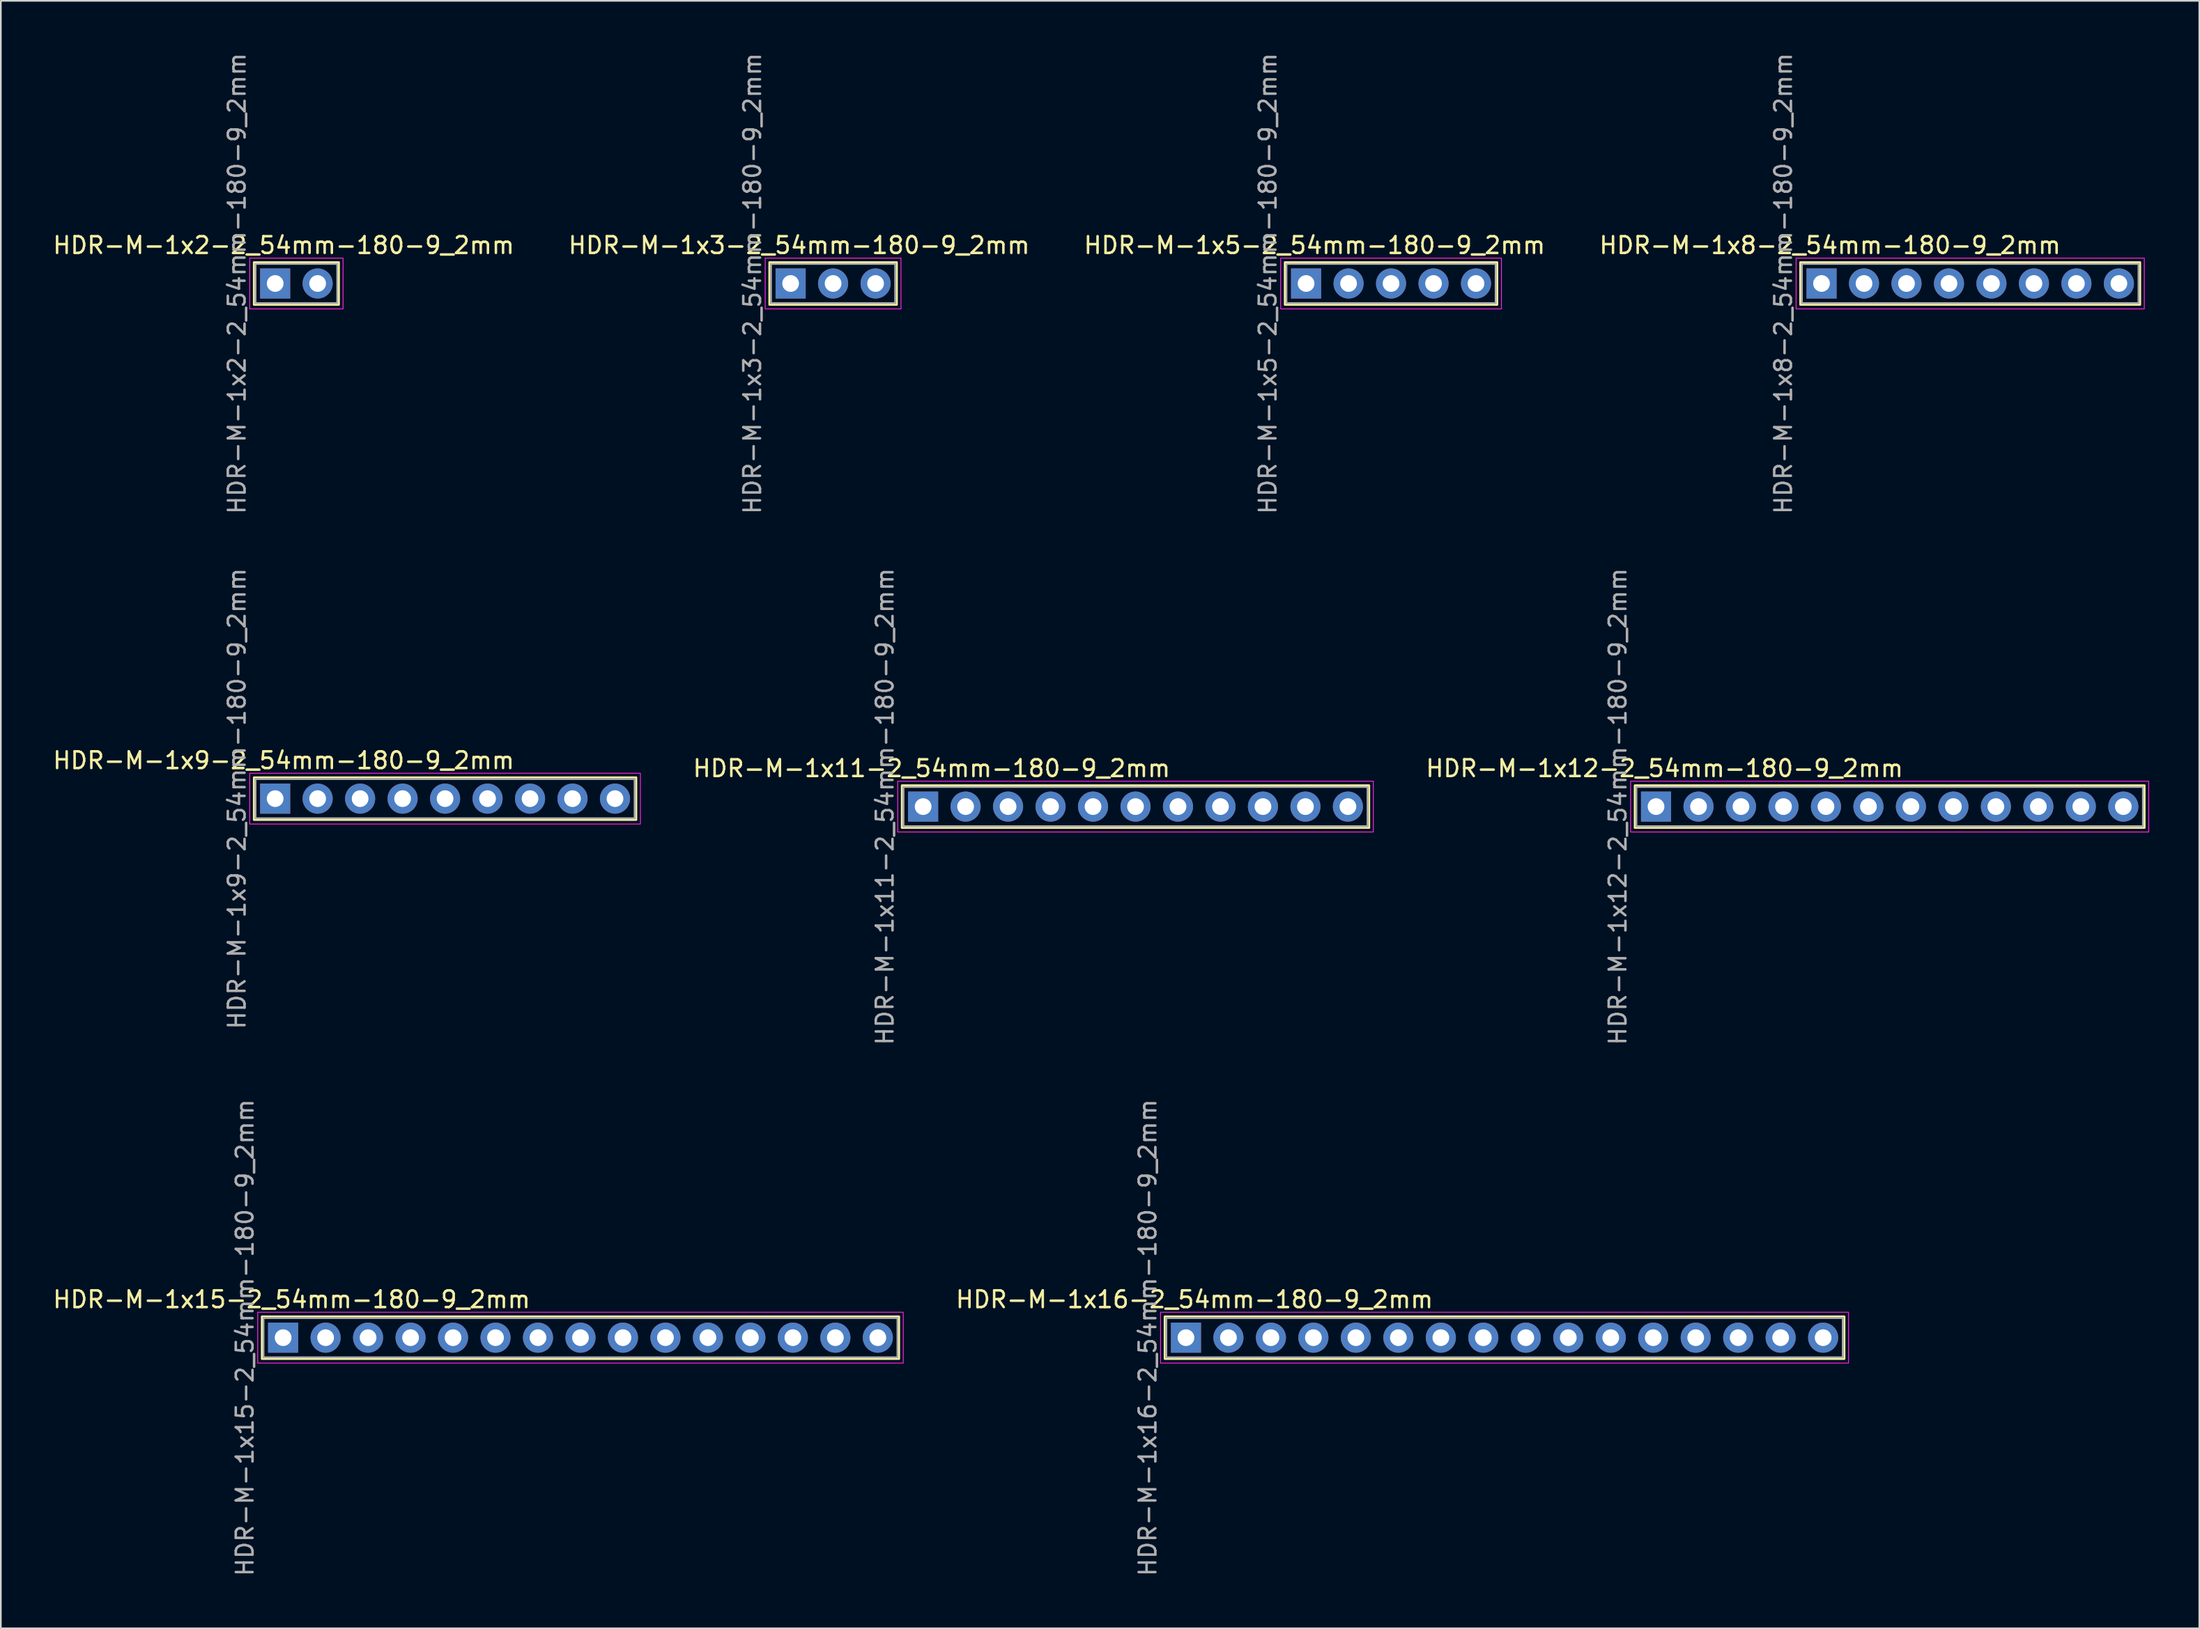
<source format=kicad_pcb>
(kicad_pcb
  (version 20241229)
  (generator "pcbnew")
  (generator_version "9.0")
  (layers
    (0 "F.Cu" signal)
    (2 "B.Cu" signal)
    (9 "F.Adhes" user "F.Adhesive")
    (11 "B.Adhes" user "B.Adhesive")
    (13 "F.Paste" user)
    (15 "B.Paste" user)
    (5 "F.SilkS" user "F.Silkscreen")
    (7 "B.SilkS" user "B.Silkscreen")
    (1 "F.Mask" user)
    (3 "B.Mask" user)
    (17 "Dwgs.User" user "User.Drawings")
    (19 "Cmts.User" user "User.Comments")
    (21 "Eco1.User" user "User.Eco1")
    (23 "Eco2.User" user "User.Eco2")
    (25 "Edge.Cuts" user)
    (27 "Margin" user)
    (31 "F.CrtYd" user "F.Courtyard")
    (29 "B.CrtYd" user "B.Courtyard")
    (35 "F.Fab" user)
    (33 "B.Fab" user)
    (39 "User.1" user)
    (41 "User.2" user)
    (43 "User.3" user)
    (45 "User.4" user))
  (footprint "HDR-M-1x12-2_54mm-180-9_2mm"
    (layer "F.Cu")
    (at 95.971 45.208)
    (property "Reference" "HDR-M-1x12-2_54mm-180-9_2mm" (at 0.508 -2.286 0) (unlocked yes) (layer "F.SilkS") (effects (font (size 1 1) (thickness 0.15))))
    (attr through_hole)
    (fp_rect (start -1.27 -1.27) (end 29.21 1.27) (stroke (width 0.12) (type solid)) (fill no) (layer "F.SilkS"))
    (fp_rect (start -1.52 -1.52) (end 29.46 1.52) (stroke (width 0.05) (type solid)) (fill no) (layer "F.CrtYd"))
    (fp_rect (start -1.17 -1.17) (end 29.11 1.17) (stroke (width 0.1) (type solid)) (fill no) (layer "F.Fab"))
    (fp_text user "${REFERENCE}" (at -2.286 0 90) (unlocked yes) (layer "F.Fab") (effects (font (size 1 1) (thickness 0.15))))
    (pad "1" thru_hole rect (at 0 0) (size 1.8 1.8) (drill 1) (layers "*.Cu" "*.Mask"))
    (pad "2" thru_hole circle (at 2.54 0) (size 1.8 1.8) (drill 1) (layers "*.Cu" "*.Mask"))
    (pad "3" thru_hole circle (at 5.08 0) (size 1.8 1.8) (drill 1) (layers "*.Cu" "*.Mask"))
    (pad "4" thru_hole circle (at 7.62 0) (size 1.8 1.8) (drill 1) (layers "*.Cu" "*.Mask"))
    (pad "5" thru_hole circle (at 10.16 0) (size 1.8 1.8) (drill 1) (layers "*.Cu" "*.Mask"))
    (pad "6" thru_hole circle (at 12.7 0) (size 1.8 1.8) (drill 1) (layers "*.Cu" "*.Mask"))
    (pad "7" thru_hole circle (at 15.24 0) (size 1.8 1.8) (drill 1) (layers "*.Cu" "*.Mask"))
    (pad "8" thru_hole circle (at 17.78 0) (size 1.8 1.8) (drill 1) (layers "*.Cu" "*.Mask"))
    (pad "9" thru_hole circle (at 20.32 0) (size 1.8 1.8) (drill 1) (layers "*.Cu" "*.Mask"))
    (pad "10" thru_hole circle (at 22.86 0) (size 1.8 1.8) (drill 1) (layers "*.Cu" "*.Mask"))
    (pad "11" thru_hole circle (at 25.4 0) (size 1.8 1.8) (drill 1) (layers "*.Cu" "*.Mask"))
    (pad "12" thru_hole circle (at 27.94 0) (size 1.8 1.8) (drill 1) (layers "*.Cu" "*.Mask")))
  (footprint "HDR-M-1x3-2_54mm-180-9_2mm"
    (layer "F.Cu")
    (at 44.224 13.911)
    (property "Reference" "HDR-M-1x3-2_54mm-180-9_2mm" (at 0.508 -2.286 0) (unlocked yes) (layer "F.SilkS") (effects (font (size 1 1) (thickness 0.15))))
    (attr through_hole)
    (fp_rect (start -1.27 -1.27) (end 6.35 1.27) (stroke (width 0.12) (type solid)) (fill no) (layer "F.SilkS"))
    (fp_rect (start -1.52 -1.52) (end 6.6 1.52) (stroke (width 0.05) (type solid)) (fill no) (layer "F.CrtYd"))
    (fp_rect (start -1.17 -1.17) (end 6.25 1.17) (stroke (width 0.1) (type solid)) (fill no) (layer "F.Fab"))
    (fp_text user "${REFERENCE}" (at -2.286 0 90) (unlocked yes) (layer "F.Fab") (effects (font (size 1 1) (thickness 0.15))))
    (pad "1" thru_hole rect (at 0 0) (size 1.8 1.8) (drill 1) (layers "*.Cu" "*.Mask"))
    (pad "2" thru_hole circle (at 2.54 0) (size 1.8 1.8) (drill 1) (layers "*.Cu" "*.Mask"))
    (pad "3" thru_hole circle (at 5.08 0) (size 1.8 1.8) (drill 1) (layers "*.Cu" "*.Mask")))
  (footprint "HDR-M-1x11-2_54mm-180-9_2mm"
    (layer "F.Cu")
    (at 52.147 45.208)
    (property "Reference" "HDR-M-1x11-2_54mm-180-9_2mm" (at 0.508 -2.286 0) (unlocked yes) (layer "F.SilkS") (effects (font (size 1 1) (thickness 0.15))))
    (attr through_hole)
    (fp_rect (start -1.27 -1.27) (end 26.67 1.27) (stroke (width 0.12) (type solid)) (fill no) (layer "F.SilkS"))
    (fp_rect (start -1.52 -1.52) (end 26.92 1.52) (stroke (width 0.05) (type solid)) (fill no) (layer "F.CrtYd"))
    (fp_rect (start -1.17 -1.17) (end 26.57 1.17) (stroke (width 0.1) (type solid)) (fill no) (layer "F.Fab"))
    (fp_text user "${REFERENCE}" (at -2.286 0 90) (unlocked yes) (layer "F.Fab") (effects (font (size 1 1) (thickness 0.15))))
    (pad "1" thru_hole rect (at 0 0) (size 1.8 1.8) (drill 1) (layers "*.Cu" "*.Mask"))
    (pad "2" thru_hole circle (at 2.54 0) (size 1.8 1.8) (drill 1) (layers "*.Cu" "*.Mask"))
    (pad "3" thru_hole circle (at 5.08 0) (size 1.8 1.8) (drill 1) (layers "*.Cu" "*.Mask"))
    (pad "4" thru_hole circle (at 7.62 0) (size 1.8 1.8) (drill 1) (layers "*.Cu" "*.Mask"))
    (pad "5" thru_hole circle (at 10.16 0) (size 1.8 1.8) (drill 1) (layers "*.Cu" "*.Mask"))
    (pad "6" thru_hole circle (at 12.7 0) (size 1.8 1.8) (drill 1) (layers "*.Cu" "*.Mask"))
    (pad "7" thru_hole circle (at 15.24 0) (size 1.8 1.8) (drill 1) (layers "*.Cu" "*.Mask"))
    (pad "8" thru_hole circle (at 17.78 0) (size 1.8 1.8) (drill 1) (layers "*.Cu" "*.Mask"))
    (pad "9" thru_hole circle (at 20.32 0) (size 1.8 1.8) (drill 1) (layers "*.Cu" "*.Mask"))
    (pad "10" thru_hole circle (at 22.86 0) (size 1.8 1.8) (drill 1) (layers "*.Cu" "*.Mask"))
    (pad "11" thru_hole circle (at 25.4 0) (size 1.8 1.8) (drill 1) (layers "*.Cu" "*.Mask")))
  (footprint "HDR-M-1x15-2_54mm-180-9_2mm"
    (layer "F.Cu")
    (at 13.879 76.982)
    (property "Reference" "HDR-M-1x15-2_54mm-180-9_2mm" (at 0.508 -2.286 0) (unlocked yes) (layer "F.SilkS") (effects (font (size 1 1) (thickness 0.15))))
    (attr through_hole)
    (fp_rect (start -1.27 -1.27) (end 36.83 1.27) (stroke (width 0.12) (type solid)) (fill no) (layer "F.SilkS"))
    (fp_rect (start -1.52 -1.52) (end 37.08 1.52) (stroke (width 0.05) (type solid)) (fill no) (layer "F.CrtYd"))
    (fp_rect (start -1.17 -1.17) (end 36.73 1.17) (stroke (width 0.1) (type solid)) (fill no) (layer "F.Fab"))
    (fp_text user "${REFERENCE}" (at -2.286 0 90) (unlocked yes) (layer "F.Fab") (effects (font (size 1 1) (thickness 0.15))))
    (pad "1" thru_hole rect (at 0 0) (size 1.8 1.8) (drill 1) (layers "*.Cu" "*.Mask"))
    (pad "2" thru_hole circle (at 2.54 0) (size 1.8 1.8) (drill 1) (layers "*.Cu" "*.Mask"))
    (pad "3" thru_hole circle (at 5.08 0) (size 1.8 1.8) (drill 1) (layers "*.Cu" "*.Mask"))
    (pad "4" thru_hole circle (at 7.62 0) (size 1.8 1.8) (drill 1) (layers "*.Cu" "*.Mask"))
    (pad "5" thru_hole circle (at 10.16 0) (size 1.8 1.8) (drill 1) (layers "*.Cu" "*.Mask"))
    (pad "6" thru_hole circle (at 12.7 0) (size 1.8 1.8) (drill 1) (layers "*.Cu" "*.Mask"))
    (pad "7" thru_hole circle (at 15.24 0) (size 1.8 1.8) (drill 1) (layers "*.Cu" "*.Mask"))
    (pad "8" thru_hole circle (at 17.78 0) (size 1.8 1.8) (drill 1) (layers "*.Cu" "*.Mask"))
    (pad "9" thru_hole circle (at 20.32 0) (size 1.8 1.8) (drill 1) (layers "*.Cu" "*.Mask"))
    (pad "10" thru_hole circle (at 22.86 0) (size 1.8 1.8) (drill 1) (layers "*.Cu" "*.Mask"))
    (pad "11" thru_hole circle (at 25.4 0) (size 1.8 1.8) (drill 1) (layers "*.Cu" "*.Mask"))
    (pad "12" thru_hole circle (at 27.94 0) (size 1.8 1.8) (drill 1) (layers "*.Cu" "*.Mask"))
    (pad "13" thru_hole circle (at 30.48 0) (size 1.8 1.8) (drill 1) (layers "*.Cu" "*.Mask"))
    (pad "14" thru_hole circle (at 33.02 0) (size 1.8 1.8) (drill 1) (layers "*.Cu" "*.Mask"))
    (pad "15" thru_hole circle (at 35.56 0) (size 1.8 1.8) (drill 1) (layers "*.Cu" "*.Mask")))
  (footprint "HDR-M-1x9-2_54mm-180-9_2mm"
    (layer "F.Cu")
    (at 13.403 44.732)
    (property "Reference" "HDR-M-1x9-2_54mm-180-9_2mm" (at 0.508 -2.286 0) (unlocked yes) (layer "F.SilkS") (effects (font (size 1 1) (thickness 0.15))))
    (attr through_hole)
    (fp_rect (start -1.27 -1.27) (end 21.59 1.27) (stroke (width 0.12) (type solid)) (fill no) (layer "F.SilkS"))
    (fp_rect (start -1.52 -1.52) (end 21.84 1.52) (stroke (width 0.05) (type solid)) (fill no) (layer "F.CrtYd"))
    (fp_rect (start -1.17 -1.17) (end 21.49 1.17) (stroke (width 0.1) (type solid)) (fill no) (layer "F.Fab"))
    (fp_text user "${REFERENCE}" (at -2.286 0 90) (unlocked yes) (layer "F.Fab") (effects (font (size 1 1) (thickness 0.15))))
    (pad "1" thru_hole rect (at 0 0) (size 1.8 1.8) (drill 1) (layers "*.Cu" "*.Mask"))
    (pad "2" thru_hole circle (at 2.54 0) (size 1.8 1.8) (drill 1) (layers "*.Cu" "*.Mask"))
    (pad "3" thru_hole circle (at 5.08 0) (size 1.8 1.8) (drill 1) (layers "*.Cu" "*.Mask"))
    (pad "4" thru_hole circle (at 7.62 0) (size 1.8 1.8) (drill 1) (layers "*.Cu" "*.Mask"))
    (pad "5" thru_hole circle (at 10.16 0) (size 1.8 1.8) (drill 1) (layers "*.Cu" "*.Mask"))
    (pad "6" thru_hole circle (at 12.7 0) (size 1.8 1.8) (drill 1) (layers "*.Cu" "*.Mask"))
    (pad "7" thru_hole circle (at 15.24 0) (size 1.8 1.8) (drill 1) (layers "*.Cu" "*.Mask"))
    (pad "8" thru_hole circle (at 17.78 0) (size 1.8 1.8) (drill 1) (layers "*.Cu" "*.Mask"))
    (pad "9" thru_hole circle (at 20.32 0) (size 1.8 1.8) (drill 1) (layers "*.Cu" "*.Mask")))
  (footprint "HDR-M-1x16-2_54mm-180-9_2mm"
    (layer "F.Cu")
    (at 67.863 76.982)
    (property "Reference" "HDR-M-1x16-2_54mm-180-9_2mm" (at 0.508 -2.286 0) (unlocked yes) (layer "F.SilkS") (effects (font (size 1 1) (thickness 0.15))))
    (attr through_hole)
    (fp_rect (start -1.27 -1.27) (end 39.37 1.27) (stroke (width 0.12) (type solid)) (fill no) (layer "F.SilkS"))
    (fp_rect (start -1.52 -1.52) (end 39.62 1.52) (stroke (width 0.05) (type solid)) (fill no) (layer "F.CrtYd"))
    (fp_rect (start -1.17 -1.17) (end 39.27 1.17) (stroke (width 0.1) (type solid)) (fill no) (layer "F.Fab"))
    (fp_text user "${REFERENCE}" (at -2.286 0 90) (unlocked yes) (layer "F.Fab") (effects (font (size 1 1) (thickness 0.15))))
    (pad "1" thru_hole rect (at 0 0) (size 1.8 1.8) (drill 1) (layers "*.Cu" "*.Mask"))
    (pad "2" thru_hole circle (at 2.54 0) (size 1.8 1.8) (drill 1) (layers "*.Cu" "*.Mask"))
    (pad "3" thru_hole circle (at 5.08 0) (size 1.8 1.8) (drill 1) (layers "*.Cu" "*.Mask"))
    (pad "4" thru_hole circle (at 7.62 0) (size 1.8 1.8) (drill 1) (layers "*.Cu" "*.Mask"))
    (pad "5" thru_hole circle (at 10.16 0) (size 1.8 1.8) (drill 1) (layers "*.Cu" "*.Mask"))
    (pad "6" thru_hole circle (at 12.7 0) (size 1.8 1.8) (drill 1) (layers "*.Cu" "*.Mask"))
    (pad "7" thru_hole circle (at 15.24 0) (size 1.8 1.8) (drill 1) (layers "*.Cu" "*.Mask"))
    (pad "8" thru_hole circle (at 17.78 0) (size 1.8 1.8) (drill 1) (layers "*.Cu" "*.Mask"))
    (pad "9" thru_hole circle (at 20.32 0) (size 1.8 1.8) (drill 1) (layers "*.Cu" "*.Mask"))
    (pad "10" thru_hole circle (at 22.86 0) (size 1.8 1.8) (drill 1) (layers "*.Cu" "*.Mask"))
    (pad "11" thru_hole circle (at 25.4 0) (size 1.8 1.8) (drill 1) (layers "*.Cu" "*.Mask"))
    (pad "12" thru_hole circle (at 27.94 0) (size 1.8 1.8) (drill 1) (layers "*.Cu" "*.Mask"))
    (pad "13" thru_hole circle (at 30.48 0) (size 1.8 1.8) (drill 1) (layers "*.Cu" "*.Mask"))
    (pad "14" thru_hole circle (at 33.02 0) (size 1.8 1.8) (drill 1) (layers "*.Cu" "*.Mask"))
    (pad "15" thru_hole circle (at 35.56 0) (size 1.8 1.8) (drill 1) (layers "*.Cu" "*.Mask"))
    (pad "16" thru_hole circle (at 38.1 0) (size 1.8 1.8) (drill 1) (layers "*.Cu" "*.Mask")))
  (footprint "HDR-M-1x8-2_54mm-180-9_2mm"
    (layer "F.Cu")
    (at 105.867 13.911)
    (property "Reference" "HDR-M-1x8-2_54mm-180-9_2mm" (at 0.508 -2.286 0) (unlocked yes) (layer "F.SilkS") (effects (font (size 1 1) (thickness 0.15))))
    (attr through_hole)
    (fp_rect (start -1.27 -1.27) (end 19.05 1.27) (stroke (width 0.12) (type solid)) (fill no) (layer "F.SilkS"))
    (fp_rect (start -1.52 -1.52) (end 19.3 1.52) (stroke (width 0.05) (type solid)) (fill no) (layer "F.CrtYd"))
    (fp_rect (start -1.17 -1.17) (end 18.95 1.17) (stroke (width 0.1) (type solid)) (fill no) (layer "F.Fab"))
    (fp_text user "${REFERENCE}" (at -2.286 0 90) (unlocked yes) (layer "F.Fab") (effects (font (size 1 1) (thickness 0.15))))
    (pad "1" thru_hole rect (at 0 0) (size 1.8 1.8) (drill 1) (layers "*.Cu" "*.Mask"))
    (pad "2" thru_hole circle (at 2.54 0) (size 1.8 1.8) (drill 1) (layers "*.Cu" "*.Mask"))
    (pad "3" thru_hole circle (at 5.08 0) (size 1.8 1.8) (drill 1) (layers "*.Cu" "*.Mask"))
    (pad "4" thru_hole circle (at 7.62 0) (size 1.8 1.8) (drill 1) (layers "*.Cu" "*.Mask"))
    (pad "5" thru_hole circle (at 10.16 0) (size 1.8 1.8) (drill 1) (layers "*.Cu" "*.Mask"))
    (pad "6" thru_hole circle (at 12.7 0) (size 1.8 1.8) (drill 1) (layers "*.Cu" "*.Mask"))
    (pad "7" thru_hole circle (at 15.24 0) (size 1.8 1.8) (drill 1) (layers "*.Cu" "*.Mask"))
    (pad "8" thru_hole circle (at 17.78 0) (size 1.8 1.8) (drill 1) (layers "*.Cu" "*.Mask")))
  (footprint "HDR-M-1x5-2_54mm-180-9_2mm"
    (layer "F.Cu")
    (at 75.046 13.911)
    (property "Reference" "HDR-M-1x5-2_54mm-180-9_2mm" (at 0.508 -2.286 0) (unlocked yes) (layer "F.SilkS") (effects (font (size 1 1) (thickness 0.15))))
    (attr through_hole)
    (fp_rect (start -1.27 -1.27) (end 11.43 1.27) (stroke (width 0.12) (type solid)) (fill no) (layer "F.SilkS"))
    (fp_rect (start -1.52 -1.52) (end 11.68 1.52) (stroke (width 0.05) (type solid)) (fill no) (layer "F.CrtYd"))
    (fp_rect (start -1.17 -1.17) (end 11.33 1.17) (stroke (width 0.1) (type solid)) (fill no) (layer "F.Fab"))
    (fp_text user "${REFERENCE}" (at -2.286 0 90) (unlocked yes) (layer "F.Fab") (effects (font (size 1 1) (thickness 0.15))))
    (pad "1" thru_hole rect (at 0 0) (size 1.8 1.8) (drill 1) (layers "*.Cu" "*.Mask"))
    (pad "2" thru_hole circle (at 2.54 0) (size 1.8 1.8) (drill 1) (layers "*.Cu" "*.Mask"))
    (pad "3" thru_hole circle (at 5.08 0) (size 1.8 1.8) (drill 1) (layers "*.Cu" "*.Mask"))
    (pad "4" thru_hole circle (at 7.62 0) (size 1.8 1.8) (drill 1) (layers "*.Cu" "*.Mask"))
    (pad "5" thru_hole circle (at 10.16 0) (size 1.8 1.8) (drill 1) (layers "*.Cu" "*.Mask")))
  (footprint "HDR-M-1x2-2_54mm-180-9_2mm"
    (layer "F.Cu")
    (at 13.403 13.911)
    (property "Reference" "HDR-M-1x2-2_54mm-180-9_2mm" (at 0.508 -2.286 0) (unlocked yes) (layer "F.SilkS") (effects (font (size 1 1) (thickness 0.15))))
    (attr through_hole)
    (fp_rect (start -1.27 -1.27) (end 3.81 1.27) (stroke (width 0.12) (type solid)) (fill no) (layer "F.SilkS"))
    (fp_rect (start -1.52 -1.52) (end 4.06 1.52) (stroke (width 0.05) (type solid)) (fill no) (layer "F.CrtYd"))
    (fp_rect (start -1.17 -1.17) (end 3.71 1.17) (stroke (width 0.1) (type solid)) (fill no) (layer "F.Fab"))
    (fp_text user "${REFERENCE}" (at -2.286 0 90) (unlocked yes) (layer "F.Fab") (effects (font (size 1 1) (thickness 0.15))))
    (pad "1" thru_hole rect (at 0 0) (size 1.8 1.8) (drill 1) (layers "*.Cu" "*.Mask"))
    (pad "2" thru_hole circle (at 2.54 0) (size 1.8 1.8) (drill 1) (layers "*.Cu" "*.Mask")))
  (gr_rect
    (start -3 -3)
    (end 128.456 94.369)
    (stroke (width 0.1) (type default))
    (fill no)
    (layer "Edge.Cuts")))
</source>
